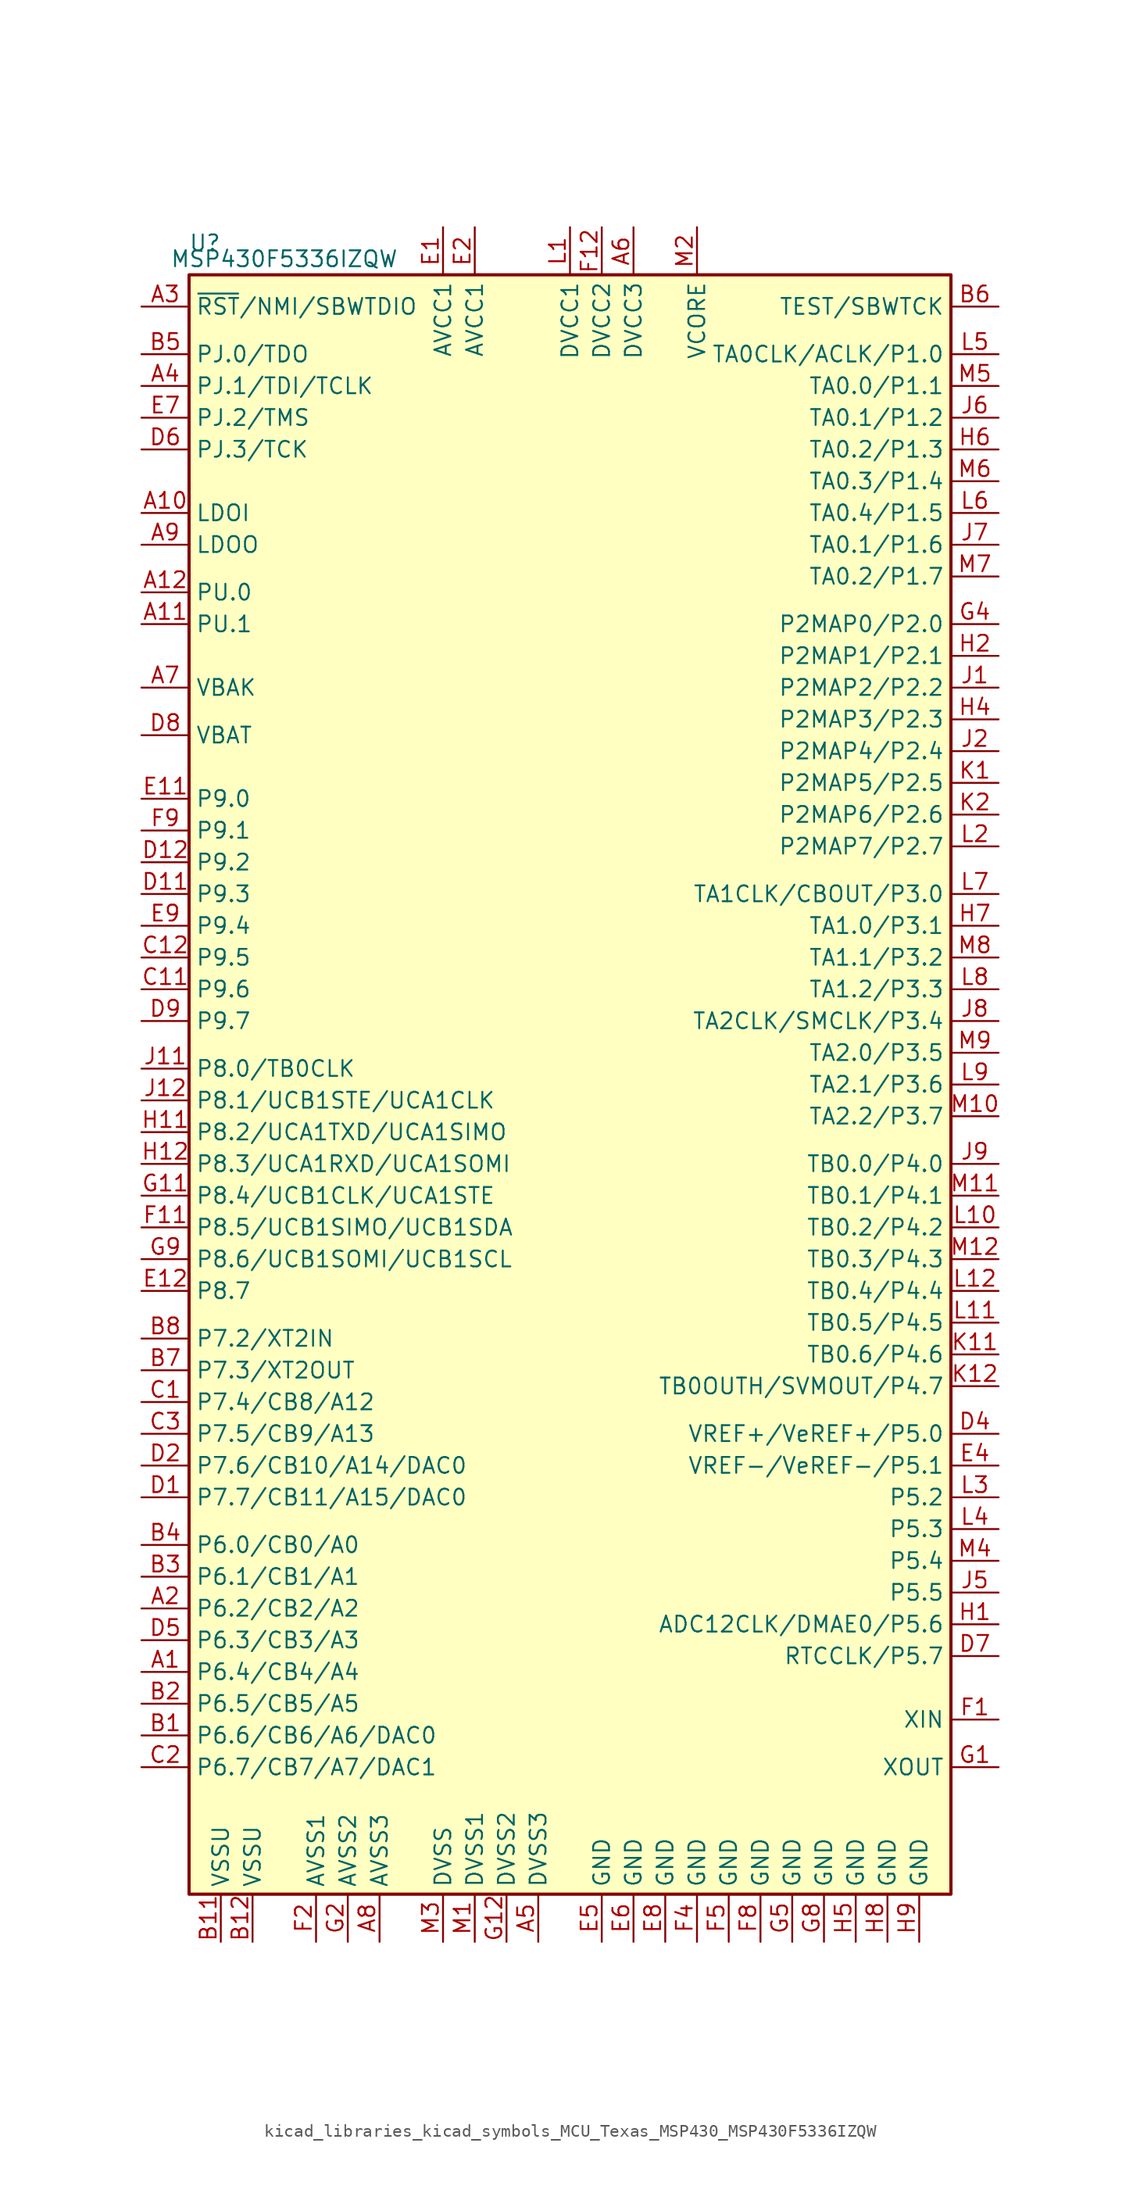
<source format=kicad_sym>
(kicad_symbol_lib
  (version 20220914)
  (generator kicad_symbol_editor)
  (symbol "kicad_libraries_kicad_symbols_MCU_Texas_MSP430_MSP430F5336IZQW"
    (property "Reference" "U"
      (at -29.21 67.31 0)
      (effects (font (size 1.27 1.27))))
    (property "Value" "MSP430F5336IZQW"
      (at -22.86 66.04 0)
      (effects (font (size 1.27 1.27))))
    (symbol "kicad_libraries_kicad_symbols_MCU_Texas_MSP430_MSP430F5336IZQW_0_1"
      (rectangle (start -30.48 64.77) (end 30.48 -64.77) (stroke (width 0.254) (type default)) (fill (type background))))
    (symbol "kicad_libraries_kicad_symbols_MCU_Texas_MSP430_MSP430F5336IZQW_1_1"
      (pin bidirectional line (at -34.29 -46.99 0) (length 3.81) (name "P6.4/CB4/A4" (effects (font (size 1.27 1.27)))) (number "A1" (effects (font (size 1.27 1.27)))))
      (pin bidirectional line (at -34.29 45.72 0) (length 3.81) (name "LDOI" (effects (font (size 1.27 1.27)))) (number "A10" (effects (font (size 1.27 1.27)))))
      (pin bidirectional line (at -34.29 36.83 0) (length 3.81) (name "PU.1" (effects (font (size 1.27 1.27)))) (number "A11" (effects (font (size 1.27 1.27)))))
      (pin bidirectional line (at -34.29 39.37 0) (length 3.81) (name "PU.0" (effects (font (size 1.27 1.27)))) (number "A12" (effects (font (size 1.27 1.27)))))
      (pin bidirectional line (at -34.29 -41.91 0) (length 3.81) (name "P6.2/CB2/A2" (effects (font (size 1.27 1.27)))) (number "A2" (effects (font (size 1.27 1.27)))))
      (pin input line (at -34.29 62.23 0) (length 3.81) (name "~{RST}/NMI/SBWTDIO" (effects (font (size 1.27 1.27)))) (number "A3" (effects (font (size 1.27 1.27)))))
      (pin bidirectional line (at -34.29 55.88 0) (length 3.81) (name "PJ.1/TDI/TCLK" (effects (font (size 1.27 1.27)))) (number "A4" (effects (font (size 1.27 1.27)))))
      (pin power_in line (at -2.54 -68.58 90) (length 3.81) (name "DVSS3" (effects (font (size 1.27 1.27)))) (number "A5" (effects (font (size 1.27 1.27)))))
      (pin power_in line (at 5.08 68.58 270) (length 3.81) (name "DVCC3" (effects (font (size 1.27 1.27)))) (number "A6" (effects (font (size 1.27 1.27)))))
      (pin bidirectional line (at -34.29 31.75 0) (length 3.81) (name "VBAK" (effects (font (size 1.27 1.27)))) (number "A7" (effects (font (size 1.27 1.27)))))
      (pin power_in line (at -15.24 -68.58 90) (length 3.81) (name "AVSS3" (effects (font (size 1.27 1.27)))) (number "A8" (effects (font (size 1.27 1.27)))))
      (pin bidirectional line (at -34.29 43.18 0) (length 3.81) (name "LDOO" (effects (font (size 1.27 1.27)))) (number "A9" (effects (font (size 1.27 1.27)))))
      (pin bidirectional line (at -34.29 -52.07 0) (length 3.81) (name "P6.6/CB6/A6/DAC0" (effects (font (size 1.27 1.27)))) (number "B1" (effects (font (size 1.27 1.27)))))
      (pin power_in line (at -27.94 -68.58 90) (length 3.81) (name "VSSU" (effects (font (size 1.27 1.27)))) (number "B11" (effects (font (size 1.27 1.27)))))
      (pin power_in line (at -25.4 -68.58 90) (length 3.81) (name "VSSU" (effects (font (size 1.27 1.27)))) (number "B12" (effects (font (size 1.27 1.27)))))
      (pin bidirectional line (at -34.29 -49.53 0) (length 3.81) (name "P6.5/CB5/A5" (effects (font (size 1.27 1.27)))) (number "B2" (effects (font (size 1.27 1.27)))))
      (pin bidirectional line (at -34.29 -39.37 0) (length 3.81) (name "P6.1/CB1/A1" (effects (font (size 1.27 1.27)))) (number "B3" (effects (font (size 1.27 1.27)))))
      (pin bidirectional line (at -34.29 -36.83 0) (length 3.81) (name "P6.0/CB0/A0" (effects (font (size 1.27 1.27)))) (number "B4" (effects (font (size 1.27 1.27)))))
      (pin bidirectional line (at -34.29 58.42 0) (length 3.81) (name "PJ.0/TDO" (effects (font (size 1.27 1.27)))) (number "B5" (effects (font (size 1.27 1.27)))))
      (pin input line (at 34.29 62.23 180) (length 3.81) (name "TEST/SBWTCK" (effects (font (size 1.27 1.27)))) (number "B6" (effects (font (size 1.27 1.27)))))
      (pin bidirectional line (at -34.29 -22.86 0) (length 3.81) (name "P7.3/XT2OUT" (effects (font (size 1.27 1.27)))) (number "B7" (effects (font (size 1.27 1.27)))))
      (pin bidirectional line (at -34.29 -20.32 0) (length 3.81) (name "P7.2/XT2IN" (effects (font (size 1.27 1.27)))) (number "B8" (effects (font (size 1.27 1.27)))))
      (pin bidirectional line (at -34.29 -25.4 0) (length 3.81) (name "P7.4/CB8/A12" (effects (font (size 1.27 1.27)))) (number "C1" (effects (font (size 1.27 1.27)))))
      (pin bidirectional line (at -34.29 7.62 0) (length 3.81) (name "P9.6" (effects (font (size 1.27 1.27)))) (number "C11" (effects (font (size 1.27 1.27)))))
      (pin bidirectional line (at -34.29 10.16 0) (length 3.81) (name "P9.5" (effects (font (size 1.27 1.27)))) (number "C12" (effects (font (size 1.27 1.27)))))
      (pin bidirectional line (at -34.29 -54.61 0) (length 3.81) (name "P6.7/CB7/A7/DAC1" (effects (font (size 1.27 1.27)))) (number "C2" (effects (font (size 1.27 1.27)))))
      (pin bidirectional line (at -34.29 -27.94 0) (length 3.81) (name "P7.5/CB9/A13" (effects (font (size 1.27 1.27)))) (number "C3" (effects (font (size 1.27 1.27)))))
      (pin bidirectional line (at -34.29 -33.02 0) (length 3.81) (name "P7.7/CB11/A15/DAC0" (effects (font (size 1.27 1.27)))) (number "D1" (effects (font (size 1.27 1.27)))))
      (pin bidirectional line (at -34.29 15.24 0) (length 3.81) (name "P9.3" (effects (font (size 1.27 1.27)))) (number "D11" (effects (font (size 1.27 1.27)))))
      (pin bidirectional line (at -34.29 17.78 0) (length 3.81) (name "P9.2" (effects (font (size 1.27 1.27)))) (number "D12" (effects (font (size 1.27 1.27)))))
      (pin bidirectional line (at -34.29 -30.48 0) (length 3.81) (name "P7.6/CB10/A14/DAC0" (effects (font (size 1.27 1.27)))) (number "D2" (effects (font (size 1.27 1.27)))))
      (pin bidirectional line (at 34.29 -27.94 180) (length 3.81) (name "VREF+/VeREF+/P5.0" (effects (font (size 1.27 1.27)))) (number "D4" (effects (font (size 1.27 1.27)))))
      (pin bidirectional line (at -34.29 -44.45 0) (length 3.81) (name "P6.3/CB3/A3" (effects (font (size 1.27 1.27)))) (number "D5" (effects (font (size 1.27 1.27)))))
      (pin bidirectional line (at -34.29 50.8 0) (length 3.81) (name "PJ.3/TCK" (effects (font (size 1.27 1.27)))) (number "D6" (effects (font (size 1.27 1.27)))))
      (pin bidirectional line (at 34.29 -45.72 180) (length 3.81) (name "RTCCLK/P5.7" (effects (font (size 1.27 1.27)))) (number "D7" (effects (font (size 1.27 1.27)))))
      (pin bidirectional line (at -34.29 27.94 0) (length 3.81) (name "VBAT" (effects (font (size 1.27 1.27)))) (number "D8" (effects (font (size 1.27 1.27)))))
      (pin bidirectional line (at -34.29 5.08 0) (length 3.81) (name "P9.7" (effects (font (size 1.27 1.27)))) (number "D9" (effects (font (size 1.27 1.27)))))
      (pin power_in line (at -10.16 68.58 270) (length 3.81) (name "AVCC1" (effects (font (size 1.27 1.27)))) (number "E1" (effects (font (size 1.27 1.27)))))
      (pin bidirectional line (at -34.29 22.86 0) (length 3.81) (name "P9.0" (effects (font (size 1.27 1.27)))) (number "E11" (effects (font (size 1.27 1.27)))))
      (pin bidirectional line (at -34.29 -16.51 0) (length 3.81) (name "P8.7" (effects (font (size 1.27 1.27)))) (number "E12" (effects (font (size 1.27 1.27)))))
      (pin power_in line (at -7.62 68.58 270) (length 3.81) (name "AVCC1" (effects (font (size 1.27 1.27)))) (number "E2" (effects (font (size 1.27 1.27)))))
      (pin bidirectional line (at 34.29 -30.48 180) (length 3.81) (name "VREF-/VeREF-/P5.1" (effects (font (size 1.27 1.27)))) (number "E4" (effects (font (size 1.27 1.27)))))
      (pin power_in line (at 2.54 -68.58 90) (length 3.81) (name "GND" (effects (font (size 1.27 1.27)))) (number "E5" (effects (font (size 1.27 1.27)))))
      (pin power_in line (at 5.08 -68.58 90) (length 3.81) (name "GND" (effects (font (size 1.27 1.27)))) (number "E6" (effects (font (size 1.27 1.27)))))
      (pin bidirectional line (at -34.29 53.34 0) (length 3.81) (name "PJ.2/TMS" (effects (font (size 1.27 1.27)))) (number "E7" (effects (font (size 1.27 1.27)))))
      (pin power_in line (at 7.62 -68.58 90) (length 3.81) (name "GND" (effects (font (size 1.27 1.27)))) (number "E8" (effects (font (size 1.27 1.27)))))
      (pin bidirectional line (at -34.29 12.7 0) (length 3.81) (name "P9.4" (effects (font (size 1.27 1.27)))) (number "E9" (effects (font (size 1.27 1.27)))))
      (pin bidirectional line (at 34.29 -50.8 180) (length 3.81) (name "XIN" (effects (font (size 1.27 1.27)))) (number "F1" (effects (font (size 1.27 1.27)))))
      (pin bidirectional line (at -34.29 -11.43 0) (length 3.81) (name "P8.5/UCB1SIMO/UCB1SDA" (effects (font (size 1.27 1.27)))) (number "F11" (effects (font (size 1.27 1.27)))))
      (pin power_in line (at 2.54 68.58 270) (length 3.81) (name "DVCC2" (effects (font (size 1.27 1.27)))) (number "F12" (effects (font (size 1.27 1.27)))))
      (pin power_in line (at -20.32 -68.58 90) (length 3.81) (name "AVSS1" (effects (font (size 1.27 1.27)))) (number "F2" (effects (font (size 1.27 1.27)))))
      (pin power_in line (at 10.16 -68.58 90) (length 3.81) (name "GND" (effects (font (size 1.27 1.27)))) (number "F4" (effects (font (size 1.27 1.27)))))
      (pin power_in line (at 12.7 -68.58 90) (length 3.81) (name "GND" (effects (font (size 1.27 1.27)))) (number "F5" (effects (font (size 1.27 1.27)))))
      (pin power_in line (at 15.24 -68.58 90) (length 3.81) (name "GND" (effects (font (size 1.27 1.27)))) (number "F8" (effects (font (size 1.27 1.27)))))
      (pin bidirectional line (at -34.29 20.32 0) (length 3.81) (name "P9.1" (effects (font (size 1.27 1.27)))) (number "F9" (effects (font (size 1.27 1.27)))))
      (pin bidirectional line (at 34.29 -54.61 180) (length 3.81) (name "XOUT" (effects (font (size 1.27 1.27)))) (number "G1" (effects (font (size 1.27 1.27)))))
      (pin bidirectional line (at -34.29 -8.89 0) (length 3.81) (name "P8.4/UCB1CLK/UCA1STE" (effects (font (size 1.27 1.27)))) (number "G11" (effects (font (size 1.27 1.27)))))
      (pin power_in line (at -5.08 -68.58 90) (length 3.81) (name "DVSS2" (effects (font (size 1.27 1.27)))) (number "G12" (effects (font (size 1.27 1.27)))))
      (pin power_in line (at -17.78 -68.58 90) (length 3.81) (name "AVSS2" (effects (font (size 1.27 1.27)))) (number "G2" (effects (font (size 1.27 1.27)))))
      (pin bidirectional line (at 34.29 36.83 180) (length 3.81) (name "P2MAP0/P2.0" (effects (font (size 1.27 1.27)))) (number "G4" (effects (font (size 1.27 1.27)))))
      (pin power_in line (at 17.78 -68.58 90) (length 3.81) (name "GND" (effects (font (size 1.27 1.27)))) (number "G5" (effects (font (size 1.27 1.27)))))
      (pin power_in line (at 20.32 -68.58 90) (length 3.81) (name "GND" (effects (font (size 1.27 1.27)))) (number "G8" (effects (font (size 1.27 1.27)))))
      (pin bidirectional line (at -34.29 -13.97 0) (length 3.81) (name "P8.6/UCB1SOMI/UCB1SCL" (effects (font (size 1.27 1.27)))) (number "G9" (effects (font (size 1.27 1.27)))))
      (pin bidirectional line (at 34.29 -43.18 180) (length 3.81) (name "ADC12CLK/DMAE0/P5.6" (effects (font (size 1.27 1.27)))) (number "H1" (effects (font (size 1.27 1.27)))))
      (pin bidirectional line (at -34.29 -3.81 0) (length 3.81) (name "P8.2/UCA1TXD/UCA1SIMO" (effects (font (size 1.27 1.27)))) (number "H11" (effects (font (size 1.27 1.27)))))
      (pin bidirectional line (at -34.29 -6.35 0) (length 3.81) (name "P8.3/UCA1RXD/UCA1SOMI" (effects (font (size 1.27 1.27)))) (number "H12" (effects (font (size 1.27 1.27)))))
      (pin bidirectional line (at 34.29 34.29 180) (length 3.81) (name "P2MAP1/P2.1" (effects (font (size 1.27 1.27)))) (number "H2" (effects (font (size 1.27 1.27)))))
      (pin bidirectional line (at 34.29 29.21 180) (length 3.81) (name "P2MAP3/P2.3" (effects (font (size 1.27 1.27)))) (number "H4" (effects (font (size 1.27 1.27)))))
      (pin power_in line (at 22.86 -68.58 90) (length 3.81) (name "GND" (effects (font (size 1.27 1.27)))) (number "H5" (effects (font (size 1.27 1.27)))))
      (pin bidirectional line (at 34.29 50.8 180) (length 3.81) (name "TA0.2/P1.3" (effects (font (size 1.27 1.27)))) (number "H6" (effects (font (size 1.27 1.27)))))
      (pin bidirectional line (at 34.29 12.7 180) (length 3.81) (name "TA1.0/P3.1" (effects (font (size 1.27 1.27)))) (number "H7" (effects (font (size 1.27 1.27)))))
      (pin power_in line (at 25.4 -68.58 90) (length 3.81) (name "GND" (effects (font (size 1.27 1.27)))) (number "H8" (effects (font (size 1.27 1.27)))))
      (pin power_in line (at 27.94 -68.58 90) (length 3.81) (name "GND" (effects (font (size 1.27 1.27)))) (number "H9" (effects (font (size 1.27 1.27)))))
      (pin bidirectional line (at 34.29 31.75 180) (length 3.81) (name "P2MAP2/P2.2" (effects (font (size 1.27 1.27)))) (number "J1" (effects (font (size 1.27 1.27)))))
      (pin bidirectional line (at -34.29 1.27 0) (length 3.81) (name "P8.0/TB0CLK" (effects (font (size 1.27 1.27)))) (number "J11" (effects (font (size 1.27 1.27)))))
      (pin bidirectional line (at -34.29 -1.27 0) (length 3.81) (name "P8.1/UCB1STE/UCA1CLK" (effects (font (size 1.27 1.27)))) (number "J12" (effects (font (size 1.27 1.27)))))
      (pin bidirectional line (at 34.29 26.67 180) (length 3.81) (name "P2MAP4/P2.4" (effects (font (size 1.27 1.27)))) (number "J2" (effects (font (size 1.27 1.27)))))
      (pin bidirectional line (at 34.29 -40.64 180) (length 3.81) (name "P5.5" (effects (font (size 1.27 1.27)))) (number "J5" (effects (font (size 1.27 1.27)))))
      (pin bidirectional line (at 34.29 53.34 180) (length 3.81) (name "TA0.1/P1.2" (effects (font (size 1.27 1.27)))) (number "J6" (effects (font (size 1.27 1.27)))))
      (pin bidirectional line (at 34.29 43.18 180) (length 3.81) (name "TA0.1/P1.6" (effects (font (size 1.27 1.27)))) (number "J7" (effects (font (size 1.27 1.27)))))
      (pin bidirectional line (at 34.29 5.08 180) (length 3.81) (name "TA2CLK/SMCLK/P3.4" (effects (font (size 1.27 1.27)))) (number "J8" (effects (font (size 1.27 1.27)))))
      (pin bidirectional line (at 34.29 -6.35 180) (length 3.81) (name "TB0.0/P4.0" (effects (font (size 1.27 1.27)))) (number "J9" (effects (font (size 1.27 1.27)))))
      (pin bidirectional line (at 34.29 24.13 180) (length 3.81) (name "P2MAP5/P2.5" (effects (font (size 1.27 1.27)))) (number "K1" (effects (font (size 1.27 1.27)))))
      (pin bidirectional line (at 34.29 -21.59 180) (length 3.81) (name "TB0.6/P4.6" (effects (font (size 1.27 1.27)))) (number "K11" (effects (font (size 1.27 1.27)))))
      (pin bidirectional line (at 34.29 -24.13 180) (length 3.81) (name "TB0OUTH/SVMOUT/P4.7" (effects (font (size 1.27 1.27)))) (number "K12" (effects (font (size 1.27 1.27)))))
      (pin bidirectional line (at 34.29 21.59 180) (length 3.81) (name "P2MAP6/P2.6" (effects (font (size 1.27 1.27)))) (number "K2" (effects (font (size 1.27 1.27)))))
      (pin power_in line (at 0 68.58 270) (length 3.81) (name "DVCC1" (effects (font (size 1.27 1.27)))) (number "L1" (effects (font (size 1.27 1.27)))))
      (pin bidirectional line (at 34.29 -11.43 180) (length 3.81) (name "TB0.2/P4.2" (effects (font (size 1.27 1.27)))) (number "L10" (effects (font (size 1.27 1.27)))))
      (pin bidirectional line (at 34.29 -19.05 180) (length 3.81) (name "TB0.5/P4.5" (effects (font (size 1.27 1.27)))) (number "L11" (effects (font (size 1.27 1.27)))))
      (pin bidirectional line (at 34.29 -16.51 180) (length 3.81) (name "TB0.4/P4.4" (effects (font (size 1.27 1.27)))) (number "L12" (effects (font (size 1.27 1.27)))))
      (pin bidirectional line (at 34.29 19.05 180) (length 3.81) (name "P2MAP7/P2.7" (effects (font (size 1.27 1.27)))) (number "L2" (effects (font (size 1.27 1.27)))))
      (pin bidirectional line (at 34.29 -33.02 180) (length 3.81) (name "P5.2" (effects (font (size 1.27 1.27)))) (number "L3" (effects (font (size 1.27 1.27)))))
      (pin bidirectional line (at 34.29 -35.56 180) (length 3.81) (name "P5.3" (effects (font (size 1.27 1.27)))) (number "L4" (effects (font (size 1.27 1.27)))))
      (pin bidirectional line (at 34.29 58.42 180) (length 3.81) (name "TA0CLK/ACLK/P1.0" (effects (font (size 1.27 1.27)))) (number "L5" (effects (font (size 1.27 1.27)))))
      (pin bidirectional line (at 34.29 45.72 180) (length 3.81) (name "TA0.4/P1.5" (effects (font (size 1.27 1.27)))) (number "L6" (effects (font (size 1.27 1.27)))))
      (pin bidirectional line (at 34.29 15.24 180) (length 3.81) (name "TA1CLK/CBOUT/P3.0" (effects (font (size 1.27 1.27)))) (number "L7" (effects (font (size 1.27 1.27)))))
      (pin bidirectional line (at 34.29 7.62 180) (length 3.81) (name "TA1.2/P3.3" (effects (font (size 1.27 1.27)))) (number "L8" (effects (font (size 1.27 1.27)))))
      (pin bidirectional line (at 34.29 0 180) (length 3.81) (name "TA2.1/P3.6" (effects (font (size 1.27 1.27)))) (number "L9" (effects (font (size 1.27 1.27)))))
      (pin power_in line (at -7.62 -68.58 90) (length 3.81) (name "DVSS1" (effects (font (size 1.27 1.27)))) (number "M1" (effects (font (size 1.27 1.27)))))
      (pin bidirectional line (at 34.29 -2.54 180) (length 3.81) (name "TA2.2/P3.7" (effects (font (size 1.27 1.27)))) (number "M10" (effects (font (size 1.27 1.27)))))
      (pin bidirectional line (at 34.29 -8.89 180) (length 3.81) (name "TB0.1/P4.1" (effects (font (size 1.27 1.27)))) (number "M11" (effects (font (size 1.27 1.27)))))
      (pin bidirectional line (at 34.29 -13.97 180) (length 3.81) (name "TB0.3/P4.3" (effects (font (size 1.27 1.27)))) (number "M12" (effects (font (size 1.27 1.27)))))
      (pin bidirectional line (at 10.16 68.58 270) (length 3.81) (name "VCORE" (effects (font (size 1.27 1.27)))) (number "M2" (effects (font (size 1.27 1.27)))))
      (pin power_in line (at -10.16 -68.58 90) (length 3.81) (name "DVSS" (effects (font (size 1.27 1.27)))) (number "M3" (effects (font (size 1.27 1.27)))))
      (pin bidirectional line (at 34.29 -38.1 180) (length 3.81) (name "P5.4" (effects (font (size 1.27 1.27)))) (number "M4" (effects (font (size 1.27 1.27)))))
      (pin bidirectional line (at 34.29 55.88 180) (length 3.81) (name "TA0.0/P1.1" (effects (font (size 1.27 1.27)))) (number "M5" (effects (font (size 1.27 1.27)))))
      (pin bidirectional line (at 34.29 48.26 180) (length 3.81) (name "TA0.3/P1.4" (effects (font (size 1.27 1.27)))) (number "M6" (effects (font (size 1.27 1.27)))))
      (pin bidirectional line (at 34.29 40.64 180) (length 3.81) (name "TA0.2/P1.7" (effects (font (size 1.27 1.27)))) (number "M7" (effects (font (size 1.27 1.27)))))
      (pin bidirectional line (at 34.29 10.16 180) (length 3.81) (name "TA1.1/P3.2" (effects (font (size 1.27 1.27)))) (number "M8" (effects (font (size 1.27 1.27)))))
      (pin bidirectional line (at 34.29 2.54 180) (length 3.81) (name "TA2.0/P3.5" (effects (font (size 1.27 1.27)))) (number "M9" (effects (font (size 1.27 1.27))))))))
</source>
